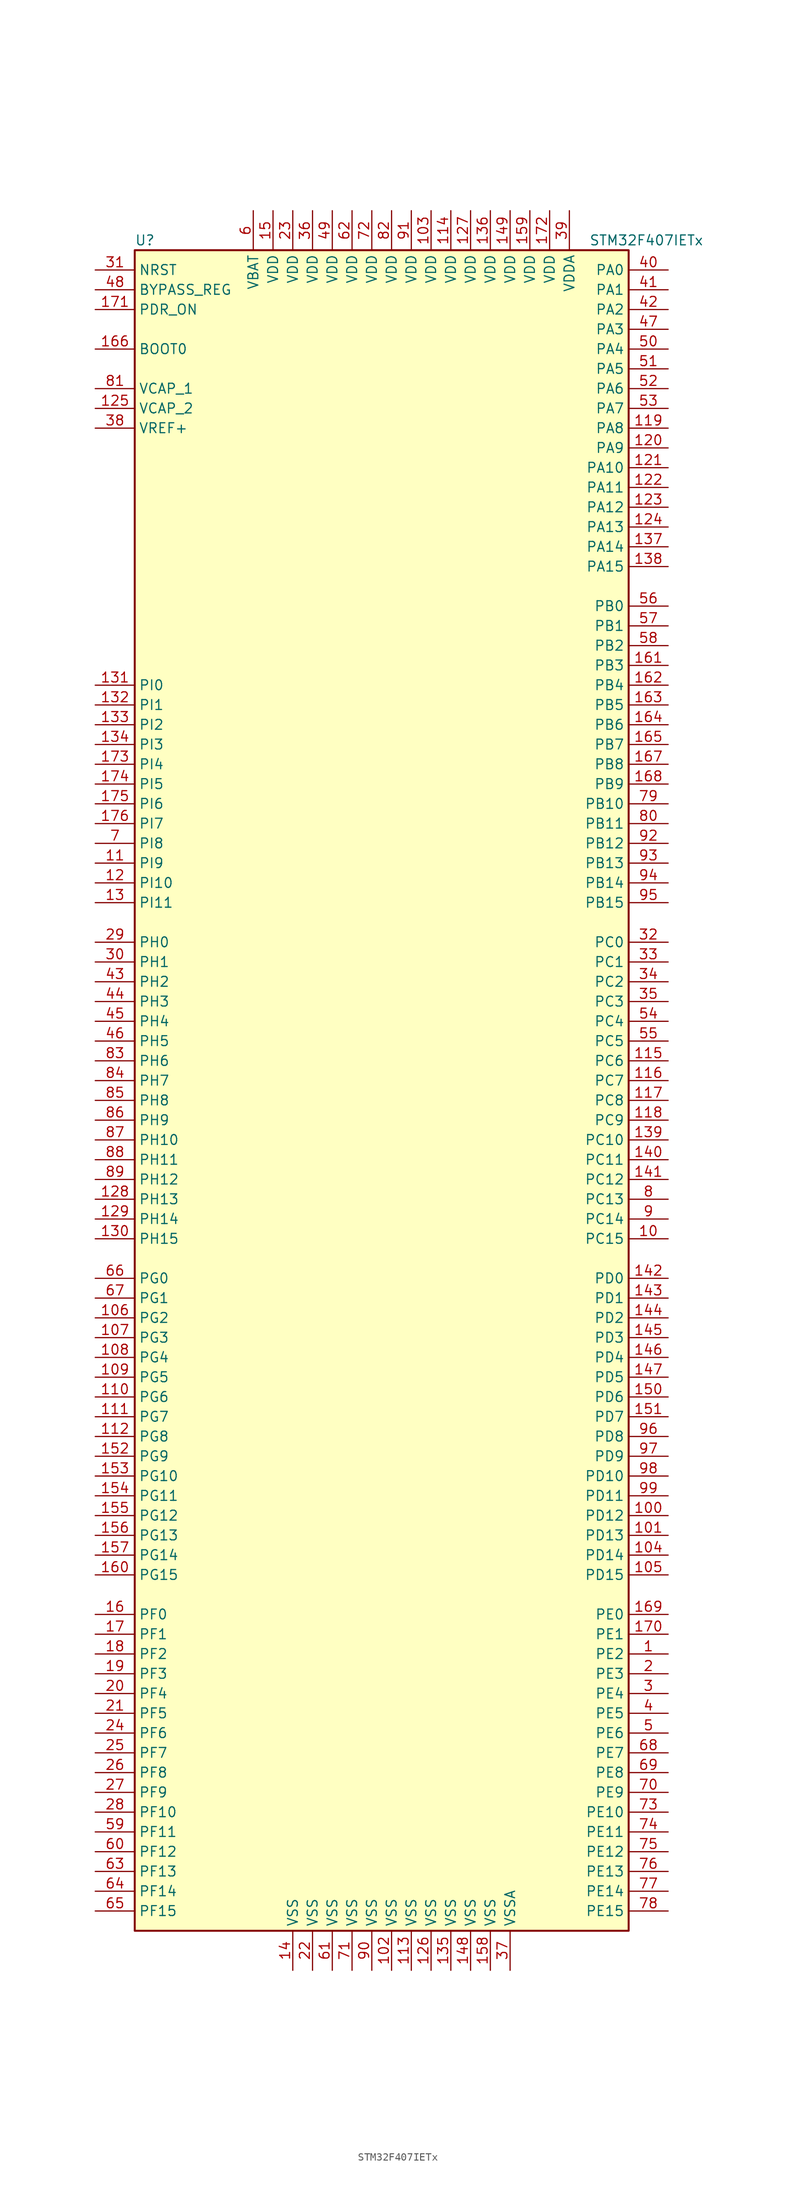
<source format=kicad_sym>
(kicad_symbol_lib
  (version 20211014)
  (generator kicad_symbol_editor)
  (symbol "STM32F407IETx"
    (property "Reference" "U"
      (at -33.02 107.95 0)
      (effects (font (size 1.27 1.27)) (justify left)))
    (property "Value" "STM32F407IETx"
      (at 25.4 107.95 0)
      (effects (font (size 1.27 1.27)) (justify left)))
    (symbol "STM32F407IETx_0_1"
      (rectangle (start -33.02 -109.22) (end 30.48 106.68) (stroke (width 0.254) (type default) (color 0 0 0 0)) (fill (type background))))
    (symbol "STM32F407IETx_1_1"
      (pin bidirectional line (at 35.56 -73.66 180) (length 5.08) (name "PE2" (effects (font (size 1.27 1.27)))) (number "1" (effects (font (size 1.27 1.27)))))
      (pin bidirectional line (at 35.56 -20.32 180) (length 5.08) (name "PC15" (effects (font (size 1.27 1.27)))) (number "10" (effects (font (size 1.27 1.27)))))
      (pin bidirectional line (at 35.56 -55.88 180) (length 5.08) (name "PD12" (effects (font (size 1.27 1.27)))) (number "100" (effects (font (size 1.27 1.27)))))
      (pin bidirectional line (at 35.56 -58.42 180) (length 5.08) (name "PD13" (effects (font (size 1.27 1.27)))) (number "101" (effects (font (size 1.27 1.27)))))
      (pin power_in line (at 0 -114.3 90) (length 5.08) (name "VSS" (effects (font (size 1.27 1.27)))) (number "102" (effects (font (size 1.27 1.27)))))
      (pin power_in line (at 5.08 111.76 270) (length 5.08) (name "VDD" (effects (font (size 1.27 1.27)))) (number "103" (effects (font (size 1.27 1.27)))))
      (pin bidirectional line (at 35.56 -60.96 180) (length 5.08) (name "PD14" (effects (font (size 1.27 1.27)))) (number "104" (effects (font (size 1.27 1.27)))))
      (pin bidirectional line (at 35.56 -63.5 180) (length 5.08) (name "PD15" (effects (font (size 1.27 1.27)))) (number "105" (effects (font (size 1.27 1.27)))))
      (pin bidirectional line (at -38.1 -30.48 0) (length 5.08) (name "PG2" (effects (font (size 1.27 1.27)))) (number "106" (effects (font (size 1.27 1.27)))))
      (pin bidirectional line (at -38.1 -33.02 0) (length 5.08) (name "PG3" (effects (font (size 1.27 1.27)))) (number "107" (effects (font (size 1.27 1.27)))))
      (pin bidirectional line (at -38.1 -35.56 0) (length 5.08) (name "PG4" (effects (font (size 1.27 1.27)))) (number "108" (effects (font (size 1.27 1.27)))))
      (pin bidirectional line (at -38.1 -38.1 0) (length 5.08) (name "PG5" (effects (font (size 1.27 1.27)))) (number "109" (effects (font (size 1.27 1.27)))))
      (pin bidirectional line (at -38.1 27.94 0) (length 5.08) (name "PI9" (effects (font (size 1.27 1.27)))) (number "11" (effects (font (size 1.27 1.27)))))
      (pin bidirectional line (at -38.1 -40.64 0) (length 5.08) (name "PG6" (effects (font (size 1.27 1.27)))) (number "110" (effects (font (size 1.27 1.27)))))
      (pin bidirectional line (at -38.1 -43.18 0) (length 5.08) (name "PG7" (effects (font (size 1.27 1.27)))) (number "111" (effects (font (size 1.27 1.27)))))
      (pin bidirectional line (at -38.1 -45.72 0) (length 5.08) (name "PG8" (effects (font (size 1.27 1.27)))) (number "112" (effects (font (size 1.27 1.27)))))
      (pin power_in line (at 2.54 -114.3 90) (length 5.08) (name "VSS" (effects (font (size 1.27 1.27)))) (number "113" (effects (font (size 1.27 1.27)))))
      (pin power_in line (at 7.62 111.76 270) (length 5.08) (name "VDD" (effects (font (size 1.27 1.27)))) (number "114" (effects (font (size 1.27 1.27)))))
      (pin bidirectional line (at 35.56 2.54 180) (length 5.08) (name "PC6" (effects (font (size 1.27 1.27)))) (number "115" (effects (font (size 1.27 1.27)))))
      (pin bidirectional line (at 35.56 0 180) (length 5.08) (name "PC7" (effects (font (size 1.27 1.27)))) (number "116" (effects (font (size 1.27 1.27)))))
      (pin bidirectional line (at 35.56 -2.54 180) (length 5.08) (name "PC8" (effects (font (size 1.27 1.27)))) (number "117" (effects (font (size 1.27 1.27)))))
      (pin bidirectional line (at 35.56 -5.08 180) (length 5.08) (name "PC9" (effects (font (size 1.27 1.27)))) (number "118" (effects (font (size 1.27 1.27)))))
      (pin bidirectional line (at 35.56 83.82 180) (length 5.08) (name "PA8" (effects (font (size 1.27 1.27)))) (number "119" (effects (font (size 1.27 1.27)))))
      (pin bidirectional line (at -38.1 25.4 0) (length 5.08) (name "PI10" (effects (font (size 1.27 1.27)))) (number "12" (effects (font (size 1.27 1.27)))))
      (pin bidirectional line (at 35.56 81.28 180) (length 5.08) (name "PA9" (effects (font (size 1.27 1.27)))) (number "120" (effects (font (size 1.27 1.27)))))
      (pin bidirectional line (at 35.56 78.74 180) (length 5.08) (name "PA10" (effects (font (size 1.27 1.27)))) (number "121" (effects (font (size 1.27 1.27)))))
      (pin bidirectional line (at 35.56 76.2 180) (length 5.08) (name "PA11" (effects (font (size 1.27 1.27)))) (number "122" (effects (font (size 1.27 1.27)))))
      (pin bidirectional line (at 35.56 73.66 180) (length 5.08) (name "PA12" (effects (font (size 1.27 1.27)))) (number "123" (effects (font (size 1.27 1.27)))))
      (pin bidirectional line (at 35.56 71.12 180) (length 5.08) (name "PA13" (effects (font (size 1.27 1.27)))) (number "124" (effects (font (size 1.27 1.27)))))
      (pin power_in line (at -38.1 86.36 0) (length 5.08) (name "VCAP_2" (effects (font (size 1.27 1.27)))) (number "125" (effects (font (size 1.27 1.27)))))
      (pin power_in line (at 5.08 -114.3 90) (length 5.08) (name "VSS" (effects (font (size 1.27 1.27)))) (number "126" (effects (font (size 1.27 1.27)))))
      (pin power_in line (at 10.16 111.76 270) (length 5.08) (name "VDD" (effects (font (size 1.27 1.27)))) (number "127" (effects (font (size 1.27 1.27)))))
      (pin bidirectional line (at -38.1 -15.24 0) (length 5.08) (name "PH13" (effects (font (size 1.27 1.27)))) (number "128" (effects (font (size 1.27 1.27)))))
      (pin bidirectional line (at -38.1 -17.78 0) (length 5.08) (name "PH14" (effects (font (size 1.27 1.27)))) (number "129" (effects (font (size 1.27 1.27)))))
      (pin bidirectional line (at -38.1 22.86 0) (length 5.08) (name "PI11" (effects (font (size 1.27 1.27)))) (number "13" (effects (font (size 1.27 1.27)))))
      (pin bidirectional line (at -38.1 -20.32 0) (length 5.08) (name "PH15" (effects (font (size 1.27 1.27)))) (number "130" (effects (font (size 1.27 1.27)))))
      (pin bidirectional line (at -38.1 50.8 0) (length 5.08) (name "PI0" (effects (font (size 1.27 1.27)))) (number "131" (effects (font (size 1.27 1.27)))))
      (pin bidirectional line (at -38.1 48.26 0) (length 5.08) (name "PI1" (effects (font (size 1.27 1.27)))) (number "132" (effects (font (size 1.27 1.27)))))
      (pin bidirectional line (at -38.1 45.72 0) (length 5.08) (name "PI2" (effects (font (size 1.27 1.27)))) (number "133" (effects (font (size 1.27 1.27)))))
      (pin bidirectional line (at -38.1 43.18 0) (length 5.08) (name "PI3" (effects (font (size 1.27 1.27)))) (number "134" (effects (font (size 1.27 1.27)))))
      (pin power_in line (at 7.62 -114.3 90) (length 5.08) (name "VSS" (effects (font (size 1.27 1.27)))) (number "135" (effects (font (size 1.27 1.27)))))
      (pin power_in line (at 12.7 111.76 270) (length 5.08) (name "VDD" (effects (font (size 1.27 1.27)))) (number "136" (effects (font (size 1.27 1.27)))))
      (pin bidirectional line (at 35.56 68.58 180) (length 5.08) (name "PA14" (effects (font (size 1.27 1.27)))) (number "137" (effects (font (size 1.27 1.27)))))
      (pin bidirectional line (at 35.56 66.04 180) (length 5.08) (name "PA15" (effects (font (size 1.27 1.27)))) (number "138" (effects (font (size 1.27 1.27)))))
      (pin bidirectional line (at 35.56 -7.62 180) (length 5.08) (name "PC10" (effects (font (size 1.27 1.27)))) (number "139" (effects (font (size 1.27 1.27)))))
      (pin power_in line (at -12.7 -114.3 90) (length 5.08) (name "VSS" (effects (font (size 1.27 1.27)))) (number "14" (effects (font (size 1.27 1.27)))))
      (pin bidirectional line (at 35.56 -10.16 180) (length 5.08) (name "PC11" (effects (font (size 1.27 1.27)))) (number "140" (effects (font (size 1.27 1.27)))))
      (pin bidirectional line (at 35.56 -12.7 180) (length 5.08) (name "PC12" (effects (font (size 1.27 1.27)))) (number "141" (effects (font (size 1.27 1.27)))))
      (pin bidirectional line (at 35.56 -25.4 180) (length 5.08) (name "PD0" (effects (font (size 1.27 1.27)))) (number "142" (effects (font (size 1.27 1.27)))))
      (pin bidirectional line (at 35.56 -27.94 180) (length 5.08) (name "PD1" (effects (font (size 1.27 1.27)))) (number "143" (effects (font (size 1.27 1.27)))))
      (pin bidirectional line (at 35.56 -30.48 180) (length 5.08) (name "PD2" (effects (font (size 1.27 1.27)))) (number "144" (effects (font (size 1.27 1.27)))))
      (pin bidirectional line (at 35.56 -33.02 180) (length 5.08) (name "PD3" (effects (font (size 1.27 1.27)))) (number "145" (effects (font (size 1.27 1.27)))))
      (pin bidirectional line (at 35.56 -35.56 180) (length 5.08) (name "PD4" (effects (font (size 1.27 1.27)))) (number "146" (effects (font (size 1.27 1.27)))))
      (pin bidirectional line (at 35.56 -38.1 180) (length 5.08) (name "PD5" (effects (font (size 1.27 1.27)))) (number "147" (effects (font (size 1.27 1.27)))))
      (pin power_in line (at 10.16 -114.3 90) (length 5.08) (name "VSS" (effects (font (size 1.27 1.27)))) (number "148" (effects (font (size 1.27 1.27)))))
      (pin power_in line (at 15.24 111.76 270) (length 5.08) (name "VDD" (effects (font (size 1.27 1.27)))) (number "149" (effects (font (size 1.27 1.27)))))
      (pin power_in line (at -15.24 111.76 270) (length 5.08) (name "VDD" (effects (font (size 1.27 1.27)))) (number "15" (effects (font (size 1.27 1.27)))))
      (pin bidirectional line (at 35.56 -40.64 180) (length 5.08) (name "PD6" (effects (font (size 1.27 1.27)))) (number "150" (effects (font (size 1.27 1.27)))))
      (pin bidirectional line (at 35.56 -43.18 180) (length 5.08) (name "PD7" (effects (font (size 1.27 1.27)))) (number "151" (effects (font (size 1.27 1.27)))))
      (pin bidirectional line (at -38.1 -48.26 0) (length 5.08) (name "PG9" (effects (font (size 1.27 1.27)))) (number "152" (effects (font (size 1.27 1.27)))))
      (pin bidirectional line (at -38.1 -50.8 0) (length 5.08) (name "PG10" (effects (font (size 1.27 1.27)))) (number "153" (effects (font (size 1.27 1.27)))))
      (pin bidirectional line (at -38.1 -53.34 0) (length 5.08) (name "PG11" (effects (font (size 1.27 1.27)))) (number "154" (effects (font (size 1.27 1.27)))))
      (pin bidirectional line (at -38.1 -55.88 0) (length 5.08) (name "PG12" (effects (font (size 1.27 1.27)))) (number "155" (effects (font (size 1.27 1.27)))))
      (pin bidirectional line (at -38.1 -58.42 0) (length 5.08) (name "PG13" (effects (font (size 1.27 1.27)))) (number "156" (effects (font (size 1.27 1.27)))))
      (pin bidirectional line (at -38.1 -60.96 0) (length 5.08) (name "PG14" (effects (font (size 1.27 1.27)))) (number "157" (effects (font (size 1.27 1.27)))))
      (pin power_in line (at 12.7 -114.3 90) (length 5.08) (name "VSS" (effects (font (size 1.27 1.27)))) (number "158" (effects (font (size 1.27 1.27)))))
      (pin power_in line (at 17.78 111.76 270) (length 5.08) (name "VDD" (effects (font (size 1.27 1.27)))) (number "159" (effects (font (size 1.27 1.27)))))
      (pin bidirectional line (at -38.1 -68.58 0) (length 5.08) (name "PF0" (effects (font (size 1.27 1.27)))) (number "16" (effects (font (size 1.27 1.27)))))
      (pin bidirectional line (at -38.1 -63.5 0) (length 5.08) (name "PG15" (effects (font (size 1.27 1.27)))) (number "160" (effects (font (size 1.27 1.27)))))
      (pin bidirectional line (at 35.56 53.34 180) (length 5.08) (name "PB3" (effects (font (size 1.27 1.27)))) (number "161" (effects (font (size 1.27 1.27)))))
      (pin bidirectional line (at 35.56 50.8 180) (length 5.08) (name "PB4" (effects (font (size 1.27 1.27)))) (number "162" (effects (font (size 1.27 1.27)))))
      (pin bidirectional line (at 35.56 48.26 180) (length 5.08) (name "PB5" (effects (font (size 1.27 1.27)))) (number "163" (effects (font (size 1.27 1.27)))))
      (pin bidirectional line (at 35.56 45.72 180) (length 5.08) (name "PB6" (effects (font (size 1.27 1.27)))) (number "164" (effects (font (size 1.27 1.27)))))
      (pin bidirectional line (at 35.56 43.18 180) (length 5.08) (name "PB7" (effects (font (size 1.27 1.27)))) (number "165" (effects (font (size 1.27 1.27)))))
      (pin input line (at -38.1 93.98 0) (length 5.08) (name "BOOT0" (effects (font (size 1.27 1.27)))) (number "166" (effects (font (size 1.27 1.27)))))
      (pin bidirectional line (at 35.56 40.64 180) (length 5.08) (name "PB8" (effects (font (size 1.27 1.27)))) (number "167" (effects (font (size 1.27 1.27)))))
      (pin bidirectional line (at 35.56 38.1 180) (length 5.08) (name "PB9" (effects (font (size 1.27 1.27)))) (number "168" (effects (font (size 1.27 1.27)))))
      (pin bidirectional line (at 35.56 -68.58 180) (length 5.08) (name "PE0" (effects (font (size 1.27 1.27)))) (number "169" (effects (font (size 1.27 1.27)))))
      (pin bidirectional line (at -38.1 -71.12 0) (length 5.08) (name "PF1" (effects (font (size 1.27 1.27)))) (number "17" (effects (font (size 1.27 1.27)))))
      (pin bidirectional line (at 35.56 -71.12 180) (length 5.08) (name "PE1" (effects (font (size 1.27 1.27)))) (number "170" (effects (font (size 1.27 1.27)))))
      (pin input line (at -38.1 99.06 0) (length 5.08) (name "PDR_ON" (effects (font (size 1.27 1.27)))) (number "171" (effects (font (size 1.27 1.27)))))
      (pin power_in line (at 20.32 111.76 270) (length 5.08) (name "VDD" (effects (font (size 1.27 1.27)))) (number "172" (effects (font (size 1.27 1.27)))))
      (pin bidirectional line (at -38.1 40.64 0) (length 5.08) (name "PI4" (effects (font (size 1.27 1.27)))) (number "173" (effects (font (size 1.27 1.27)))))
      (pin bidirectional line (at -38.1 38.1 0) (length 5.08) (name "PI5" (effects (font (size 1.27 1.27)))) (number "174" (effects (font (size 1.27 1.27)))))
      (pin bidirectional line (at -38.1 35.56 0) (length 5.08) (name "PI6" (effects (font (size 1.27 1.27)))) (number "175" (effects (font (size 1.27 1.27)))))
      (pin bidirectional line (at -38.1 33.02 0) (length 5.08) (name "PI7" (effects (font (size 1.27 1.27)))) (number "176" (effects (font (size 1.27 1.27)))))
      (pin bidirectional line (at -38.1 -73.66 0) (length 5.08) (name "PF2" (effects (font (size 1.27 1.27)))) (number "18" (effects (font (size 1.27 1.27)))))
      (pin bidirectional line (at -38.1 -76.2 0) (length 5.08) (name "PF3" (effects (font (size 1.27 1.27)))) (number "19" (effects (font (size 1.27 1.27)))))
      (pin bidirectional line (at 35.56 -76.2 180) (length 5.08) (name "PE3" (effects (font (size 1.27 1.27)))) (number "2" (effects (font (size 1.27 1.27)))))
      (pin bidirectional line (at -38.1 -78.74 0) (length 5.08) (name "PF4" (effects (font (size 1.27 1.27)))) (number "20" (effects (font (size 1.27 1.27)))))
      (pin bidirectional line (at -38.1 -81.28 0) (length 5.08) (name "PF5" (effects (font (size 1.27 1.27)))) (number "21" (effects (font (size 1.27 1.27)))))
      (pin power_in line (at -10.16 -114.3 90) (length 5.08) (name "VSS" (effects (font (size 1.27 1.27)))) (number "22" (effects (font (size 1.27 1.27)))))
      (pin power_in line (at -12.7 111.76 270) (length 5.08) (name "VDD" (effects (font (size 1.27 1.27)))) (number "23" (effects (font (size 1.27 1.27)))))
      (pin bidirectional line (at -38.1 -83.82 0) (length 5.08) (name "PF6" (effects (font (size 1.27 1.27)))) (number "24" (effects (font (size 1.27 1.27)))))
      (pin bidirectional line (at -38.1 -86.36 0) (length 5.08) (name "PF7" (effects (font (size 1.27 1.27)))) (number "25" (effects (font (size 1.27 1.27)))))
      (pin bidirectional line (at -38.1 -88.9 0) (length 5.08) (name "PF8" (effects (font (size 1.27 1.27)))) (number "26" (effects (font (size 1.27 1.27)))))
      (pin bidirectional line (at -38.1 -91.44 0) (length 5.08) (name "PF9" (effects (font (size 1.27 1.27)))) (number "27" (effects (font (size 1.27 1.27)))))
      (pin bidirectional line (at -38.1 -93.98 0) (length 5.08) (name "PF10" (effects (font (size 1.27 1.27)))) (number "28" (effects (font (size 1.27 1.27)))))
      (pin input line (at -38.1 17.78 0) (length 5.08) (name "PH0" (effects (font (size 1.27 1.27)))) (number "29" (effects (font (size 1.27 1.27)))))
      (pin bidirectional line (at 35.56 -78.74 180) (length 5.08) (name "PE4" (effects (font (size 1.27 1.27)))) (number "3" (effects (font (size 1.27 1.27)))))
      (pin input line (at -38.1 15.24 0) (length 5.08) (name "PH1" (effects (font (size 1.27 1.27)))) (number "30" (effects (font (size 1.27 1.27)))))
      (pin input line (at -38.1 104.14 0) (length 5.08) (name "NRST" (effects (font (size 1.27 1.27)))) (number "31" (effects (font (size 1.27 1.27)))))
      (pin bidirectional line (at 35.56 17.78 180) (length 5.08) (name "PC0" (effects (font (size 1.27 1.27)))) (number "32" (effects (font (size 1.27 1.27)))))
      (pin bidirectional line (at 35.56 15.24 180) (length 5.08) (name "PC1" (effects (font (size 1.27 1.27)))) (number "33" (effects (font (size 1.27 1.27)))))
      (pin bidirectional line (at 35.56 12.7 180) (length 5.08) (name "PC2" (effects (font (size 1.27 1.27)))) (number "34" (effects (font (size 1.27 1.27)))))
      (pin bidirectional line (at 35.56 10.16 180) (length 5.08) (name "PC3" (effects (font (size 1.27 1.27)))) (number "35" (effects (font (size 1.27 1.27)))))
      (pin power_in line (at -10.16 111.76 270) (length 5.08) (name "VDD" (effects (font (size 1.27 1.27)))) (number "36" (effects (font (size 1.27 1.27)))))
      (pin power_in line (at 15.24 -114.3 90) (length 5.08) (name "VSSA" (effects (font (size 1.27 1.27)))) (number "37" (effects (font (size 1.27 1.27)))))
      (pin power_in line (at -38.1 83.82 0) (length 5.08) (name "VREF+" (effects (font (size 1.27 1.27)))) (number "38" (effects (font (size 1.27 1.27)))))
      (pin power_in line (at 22.86 111.76 270) (length 5.08) (name "VDDA" (effects (font (size 1.27 1.27)))) (number "39" (effects (font (size 1.27 1.27)))))
      (pin bidirectional line (at 35.56 -81.28 180) (length 5.08) (name "PE5" (effects (font (size 1.27 1.27)))) (number "4" (effects (font (size 1.27 1.27)))))
      (pin bidirectional line (at 35.56 104.14 180) (length 5.08) (name "PA0" (effects (font (size 1.27 1.27)))) (number "40" (effects (font (size 1.27 1.27)))))
      (pin bidirectional line (at 35.56 101.6 180) (length 5.08) (name "PA1" (effects (font (size 1.27 1.27)))) (number "41" (effects (font (size 1.27 1.27)))))
      (pin bidirectional line (at 35.56 99.06 180) (length 5.08) (name "PA2" (effects (font (size 1.27 1.27)))) (number "42" (effects (font (size 1.27 1.27)))))
      (pin bidirectional line (at -38.1 12.7 0) (length 5.08) (name "PH2" (effects (font (size 1.27 1.27)))) (number "43" (effects (font (size 1.27 1.27)))))
      (pin bidirectional line (at -38.1 10.16 0) (length 5.08) (name "PH3" (effects (font (size 1.27 1.27)))) (number "44" (effects (font (size 1.27 1.27)))))
      (pin bidirectional line (at -38.1 7.62 0) (length 5.08) (name "PH4" (effects (font (size 1.27 1.27)))) (number "45" (effects (font (size 1.27 1.27)))))
      (pin bidirectional line (at -38.1 5.08 0) (length 5.08) (name "PH5" (effects (font (size 1.27 1.27)))) (number "46" (effects (font (size 1.27 1.27)))))
      (pin bidirectional line (at 35.56 96.52 180) (length 5.08) (name "PA3" (effects (font (size 1.27 1.27)))) (number "47" (effects (font (size 1.27 1.27)))))
      (pin input line (at -38.1 101.6 0) (length 5.08) (name "BYPASS_REG" (effects (font (size 1.27 1.27)))) (number "48" (effects (font (size 1.27 1.27)))))
      (pin power_in line (at -7.62 111.76 270) (length 5.08) (name "VDD" (effects (font (size 1.27 1.27)))) (number "49" (effects (font (size 1.27 1.27)))))
      (pin bidirectional line (at 35.56 -83.82 180) (length 5.08) (name "PE6" (effects (font (size 1.27 1.27)))) (number "5" (effects (font (size 1.27 1.27)))))
      (pin bidirectional line (at 35.56 93.98 180) (length 5.08) (name "PA4" (effects (font (size 1.27 1.27)))) (number "50" (effects (font (size 1.27 1.27)))))
      (pin bidirectional line (at 35.56 91.44 180) (length 5.08) (name "PA5" (effects (font (size 1.27 1.27)))) (number "51" (effects (font (size 1.27 1.27)))))
      (pin bidirectional line (at 35.56 88.9 180) (length 5.08) (name "PA6" (effects (font (size 1.27 1.27)))) (number "52" (effects (font (size 1.27 1.27)))))
      (pin bidirectional line (at 35.56 86.36 180) (length 5.08) (name "PA7" (effects (font (size 1.27 1.27)))) (number "53" (effects (font (size 1.27 1.27)))))
      (pin bidirectional line (at 35.56 7.62 180) (length 5.08) (name "PC4" (effects (font (size 1.27 1.27)))) (number "54" (effects (font (size 1.27 1.27)))))
      (pin bidirectional line (at 35.56 5.08 180) (length 5.08) (name "PC5" (effects (font (size 1.27 1.27)))) (number "55" (effects (font (size 1.27 1.27)))))
      (pin bidirectional line (at 35.56 60.96 180) (length 5.08) (name "PB0" (effects (font (size 1.27 1.27)))) (number "56" (effects (font (size 1.27 1.27)))))
      (pin bidirectional line (at 35.56 58.42 180) (length 5.08) (name "PB1" (effects (font (size 1.27 1.27)))) (number "57" (effects (font (size 1.27 1.27)))))
      (pin bidirectional line (at 35.56 55.88 180) (length 5.08) (name "PB2" (effects (font (size 1.27 1.27)))) (number "58" (effects (font (size 1.27 1.27)))))
      (pin bidirectional line (at -38.1 -96.52 0) (length 5.08) (name "PF11" (effects (font (size 1.27 1.27)))) (number "59" (effects (font (size 1.27 1.27)))))
      (pin power_in line (at -17.78 111.76 270) (length 5.08) (name "VBAT" (effects (font (size 1.27 1.27)))) (number "6" (effects (font (size 1.27 1.27)))))
      (pin bidirectional line (at -38.1 -99.06 0) (length 5.08) (name "PF12" (effects (font (size 1.27 1.27)))) (number "60" (effects (font (size 1.27 1.27)))))
      (pin power_in line (at -7.62 -114.3 90) (length 5.08) (name "VSS" (effects (font (size 1.27 1.27)))) (number "61" (effects (font (size 1.27 1.27)))))
      (pin power_in line (at -5.08 111.76 270) (length 5.08) (name "VDD" (effects (font (size 1.27 1.27)))) (number "62" (effects (font (size 1.27 1.27)))))
      (pin bidirectional line (at -38.1 -101.6 0) (length 5.08) (name "PF13" (effects (font (size 1.27 1.27)))) (number "63" (effects (font (size 1.27 1.27)))))
      (pin bidirectional line (at -38.1 -104.14 0) (length 5.08) (name "PF14" (effects (font (size 1.27 1.27)))) (number "64" (effects (font (size 1.27 1.27)))))
      (pin bidirectional line (at -38.1 -106.68 0) (length 5.08) (name "PF15" (effects (font (size 1.27 1.27)))) (number "65" (effects (font (size 1.27 1.27)))))
      (pin bidirectional line (at -38.1 -25.4 0) (length 5.08) (name "PG0" (effects (font (size 1.27 1.27)))) (number "66" (effects (font (size 1.27 1.27)))))
      (pin bidirectional line (at -38.1 -27.94 0) (length 5.08) (name "PG1" (effects (font (size 1.27 1.27)))) (number "67" (effects (font (size 1.27 1.27)))))
      (pin bidirectional line (at 35.56 -86.36 180) (length 5.08) (name "PE7" (effects (font (size 1.27 1.27)))) (number "68" (effects (font (size 1.27 1.27)))))
      (pin bidirectional line (at 35.56 -88.9 180) (length 5.08) (name "PE8" (effects (font (size 1.27 1.27)))) (number "69" (effects (font (size 1.27 1.27)))))
      (pin bidirectional line (at -38.1 30.48 0) (length 5.08) (name "PI8" (effects (font (size 1.27 1.27)))) (number "7" (effects (font (size 1.27 1.27)))))
      (pin bidirectional line (at 35.56 -91.44 180) (length 5.08) (name "PE9" (effects (font (size 1.27 1.27)))) (number "70" (effects (font (size 1.27 1.27)))))
      (pin power_in line (at -5.08 -114.3 90) (length 5.08) (name "VSS" (effects (font (size 1.27 1.27)))) (number "71" (effects (font (size 1.27 1.27)))))
      (pin power_in line (at -2.54 111.76 270) (length 5.08) (name "VDD" (effects (font (size 1.27 1.27)))) (number "72" (effects (font (size 1.27 1.27)))))
      (pin bidirectional line (at 35.56 -93.98 180) (length 5.08) (name "PE10" (effects (font (size 1.27 1.27)))) (number "73" (effects (font (size 1.27 1.27)))))
      (pin bidirectional line (at 35.56 -96.52 180) (length 5.08) (name "PE11" (effects (font (size 1.27 1.27)))) (number "74" (effects (font (size 1.27 1.27)))))
      (pin bidirectional line (at 35.56 -99.06 180) (length 5.08) (name "PE12" (effects (font (size 1.27 1.27)))) (number "75" (effects (font (size 1.27 1.27)))))
      (pin bidirectional line (at 35.56 -101.6 180) (length 5.08) (name "PE13" (effects (font (size 1.27 1.27)))) (number "76" (effects (font (size 1.27 1.27)))))
      (pin bidirectional line (at 35.56 -104.14 180) (length 5.08) (name "PE14" (effects (font (size 1.27 1.27)))) (number "77" (effects (font (size 1.27 1.27)))))
      (pin bidirectional line (at 35.56 -106.68 180) (length 5.08) (name "PE15" (effects (font (size 1.27 1.27)))) (number "78" (effects (font (size 1.27 1.27)))))
      (pin bidirectional line (at 35.56 35.56 180) (length 5.08) (name "PB10" (effects (font (size 1.27 1.27)))) (number "79" (effects (font (size 1.27 1.27)))))
      (pin bidirectional line (at 35.56 -15.24 180) (length 5.08) (name "PC13" (effects (font (size 1.27 1.27)))) (number "8" (effects (font (size 1.27 1.27)))))
      (pin bidirectional line (at 35.56 33.02 180) (length 5.08) (name "PB11" (effects (font (size 1.27 1.27)))) (number "80" (effects (font (size 1.27 1.27)))))
      (pin power_in line (at -38.1 88.9 0) (length 5.08) (name "VCAP_1" (effects (font (size 1.27 1.27)))) (number "81" (effects (font (size 1.27 1.27)))))
      (pin power_in line (at 0 111.76 270) (length 5.08) (name "VDD" (effects (font (size 1.27 1.27)))) (number "82" (effects (font (size 1.27 1.27)))))
      (pin bidirectional line (at -38.1 2.54 0) (length 5.08) (name "PH6" (effects (font (size 1.27 1.27)))) (number "83" (effects (font (size 1.27 1.27)))))
      (pin bidirectional line (at -38.1 0 0) (length 5.08) (name "PH7" (effects (font (size 1.27 1.27)))) (number "84" (effects (font (size 1.27 1.27)))))
      (pin bidirectional line (at -38.1 -2.54 0) (length 5.08) (name "PH8" (effects (font (size 1.27 1.27)))) (number "85" (effects (font (size 1.27 1.27)))))
      (pin bidirectional line (at -38.1 -5.08 0) (length 5.08) (name "PH9" (effects (font (size 1.27 1.27)))) (number "86" (effects (font (size 1.27 1.27)))))
      (pin bidirectional line (at -38.1 -7.62 0) (length 5.08) (name "PH10" (effects (font (size 1.27 1.27)))) (number "87" (effects (font (size 1.27 1.27)))))
      (pin bidirectional line (at -38.1 -10.16 0) (length 5.08) (name "PH11" (effects (font (size 1.27 1.27)))) (number "88" (effects (font (size 1.27 1.27)))))
      (pin bidirectional line (at -38.1 -12.7 0) (length 5.08) (name "PH12" (effects (font (size 1.27 1.27)))) (number "89" (effects (font (size 1.27 1.27)))))
      (pin bidirectional line (at 35.56 -17.78 180) (length 5.08) (name "PC14" (effects (font (size 1.27 1.27)))) (number "9" (effects (font (size 1.27 1.27)))))
      (pin power_in line (at -2.54 -114.3 90) (length 5.08) (name "VSS" (effects (font (size 1.27 1.27)))) (number "90" (effects (font (size 1.27 1.27)))))
      (pin power_in line (at 2.54 111.76 270) (length 5.08) (name "VDD" (effects (font (size 1.27 1.27)))) (number "91" (effects (font (size 1.27 1.27)))))
      (pin bidirectional line (at 35.56 30.48 180) (length 5.08) (name "PB12" (effects (font (size 1.27 1.27)))) (number "92" (effects (font (size 1.27 1.27)))))
      (pin bidirectional line (at 35.56 27.94 180) (length 5.08) (name "PB13" (effects (font (size 1.27 1.27)))) (number "93" (effects (font (size 1.27 1.27)))))
      (pin bidirectional line (at 35.56 25.4 180) (length 5.08) (name "PB14" (effects (font (size 1.27 1.27)))) (number "94" (effects (font (size 1.27 1.27)))))
      (pin bidirectional line (at 35.56 22.86 180) (length 5.08) (name "PB15" (effects (font (size 1.27 1.27)))) (number "95" (effects (font (size 1.27 1.27)))))
      (pin bidirectional line (at 35.56 -45.72 180) (length 5.08) (name "PD8" (effects (font (size 1.27 1.27)))) (number "96" (effects (font (size 1.27 1.27)))))
      (pin bidirectional line (at 35.56 -48.26 180) (length 5.08) (name "PD9" (effects (font (size 1.27 1.27)))) (number "97" (effects (font (size 1.27 1.27)))))
      (pin bidirectional line (at 35.56 -50.8 180) (length 5.08) (name "PD10" (effects (font (size 1.27 1.27)))) (number "98" (effects (font (size 1.27 1.27)))))
      (pin bidirectional line (at 35.56 -53.34 180) (length 5.08) (name "PD11" (effects (font (size 1.27 1.27)))) (number "99" (effects (font (size 1.27 1.27))))))))
</source>
